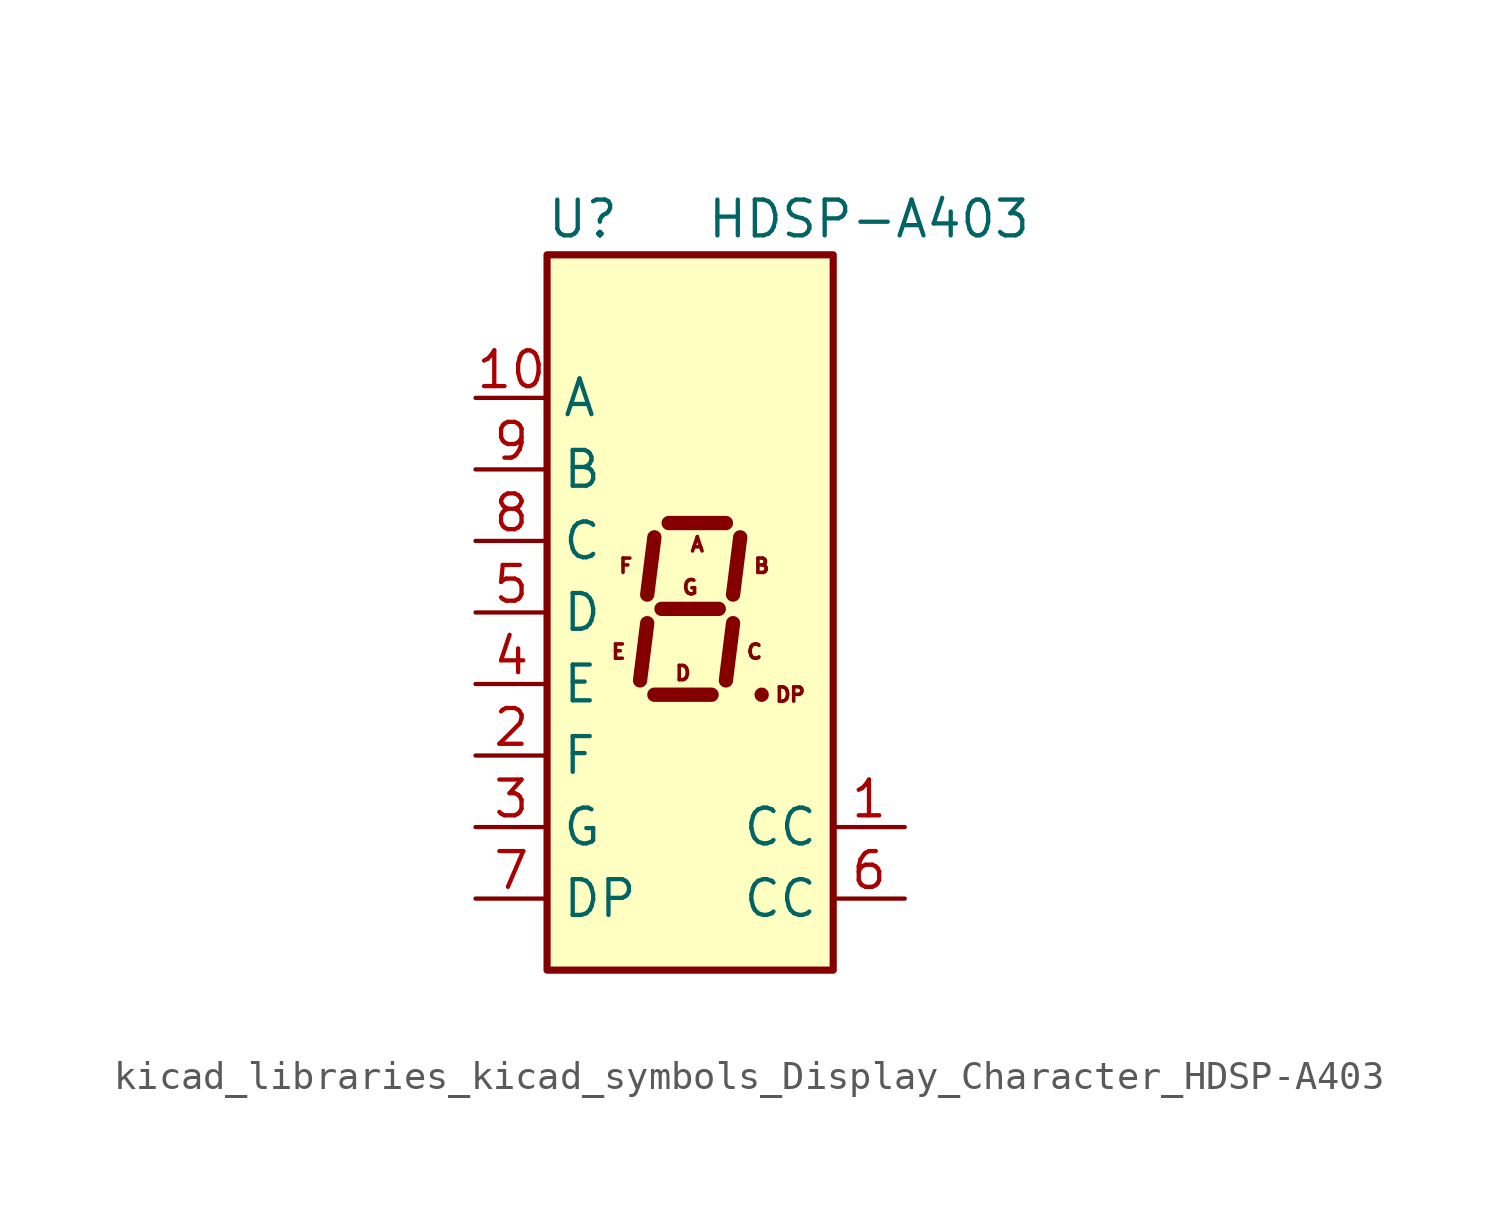
<source format=kicad_sym>
(kicad_symbol_lib
  (version 20220914)
  (generator kicad_symbol_editor)
  (symbol "kicad_libraries_kicad_symbols_Display_Character_HDSP-A403"
    (property "Reference" "U"
      (at -3.81 13.97 0)
      (effects (font (size 1.27 1.27))))
    (property "Value" "HDSP-A403"
      (at 6.35 13.97 0)
      (effects (font (size 1.27 1.27))))
    (symbol "kicad_libraries_kicad_symbols_Display_Character_HDSP-A403_1_0"
      (text "A" (at 0.254 2.413 0) (effects (font (size 0.508 0.508))))
      (text "B" (at 2.54 1.651 0) (effects (font (size 0.508 0.508))))
      (text "C" (at 2.286 -1.397 0) (effects (font (size 0.508 0.508))))
      (text "D" (at -0.254 -2.159 0) (effects (font (size 0.508 0.508))))
      (text "DP" (at 3.556 -2.921 0) (effects (font (size 0.508 0.508))))
      (text "E" (at -2.54 -1.397 0) (effects (font (size 0.508 0.508))))
      (text "F" (at -2.286 1.651 0) (effects (font (size 0.508 0.508))))
      (text "G" (at 0 0.889 0) (effects (font (size 0.508 0.508)))))
    (symbol "kicad_libraries_kicad_symbols_Display_Character_HDSP-A403_1_1"
      (rectangle (start -5.08 12.7) (end 5.08 -12.7) (stroke (width 0.254) (type default)) (fill (type background)))
      (polyline (pts (xy -1.524 -0.381) (xy -1.778 -2.413)) (stroke (width 0.508) (type default)) (fill (type none)))
      (polyline (pts (xy -1.27 -2.921) (xy 0.762 -2.921)) (stroke (width 0.508) (type default)) (fill (type none)))
      (polyline (pts (xy -1.27 2.667) (xy -1.524 0.635)) (stroke (width 0.508) (type default)) (fill (type none)))
      (polyline (pts (xy -1.016 0.127) (xy 1.016 0.127)) (stroke (width 0.508) (type default)) (fill (type none)))
      (polyline (pts (xy -0.762 3.175) (xy 1.27 3.175)) (stroke (width 0.508) (type default)) (fill (type none)))
      (polyline (pts (xy 1.524 -0.381) (xy 1.27 -2.413)) (stroke (width 0.508) (type default)) (fill (type none)))
      (polyline (pts (xy 1.778 2.667) (xy 1.524 0.635)) (stroke (width 0.508) (type default)) (fill (type none)))
      (polyline (pts (xy 2.54 -2.921) (xy 2.54 -2.921)) (stroke (width 0.508) (type default)) (fill (type none)))
      (pin input line (at 7.62 -7.62 180) (length 2.54) (name "CC" (effects (font (size 1.27 1.27)))) (number "1" (effects (font (size 1.27 1.27)))))
      (pin input line (at -7.62 7.62 0) (length 2.54) (name "A" (effects (font (size 1.27 1.27)))) (number "10" (effects (font (size 1.27 1.27)))))
      (pin input line (at -7.62 -5.08 0) (length 2.54) (name "F" (effects (font (size 1.27 1.27)))) (number "2" (effects (font (size 1.27 1.27)))))
      (pin input line (at -7.62 -7.62 0) (length 2.54) (name "G" (effects (font (size 1.27 1.27)))) (number "3" (effects (font (size 1.27 1.27)))))
      (pin input line (at -7.62 -2.54 0) (length 2.54) (name "E" (effects (font (size 1.27 1.27)))) (number "4" (effects (font (size 1.27 1.27)))))
      (pin input line (at -7.62 0 0) (length 2.54) (name "D" (effects (font (size 1.27 1.27)))) (number "5" (effects (font (size 1.27 1.27)))))
      (pin input line (at 7.62 -10.16 180) (length 2.54) (name "CC" (effects (font (size 1.27 1.27)))) (number "6" (effects (font (size 1.27 1.27)))))
      (pin input line (at -7.62 -10.16 0) (length 2.54) (name "DP" (effects (font (size 1.27 1.27)))) (number "7" (effects (font (size 1.27 1.27)))))
      (pin input line (at -7.62 2.54 0) (length 2.54) (name "C" (effects (font (size 1.27 1.27)))) (number "8" (effects (font (size 1.27 1.27)))))
      (pin input line (at -7.62 5.08 0) (length 2.54) (name "B" (effects (font (size 1.27 1.27)))) (number "9" (effects (font (size 1.27 1.27))))))))
</source>
